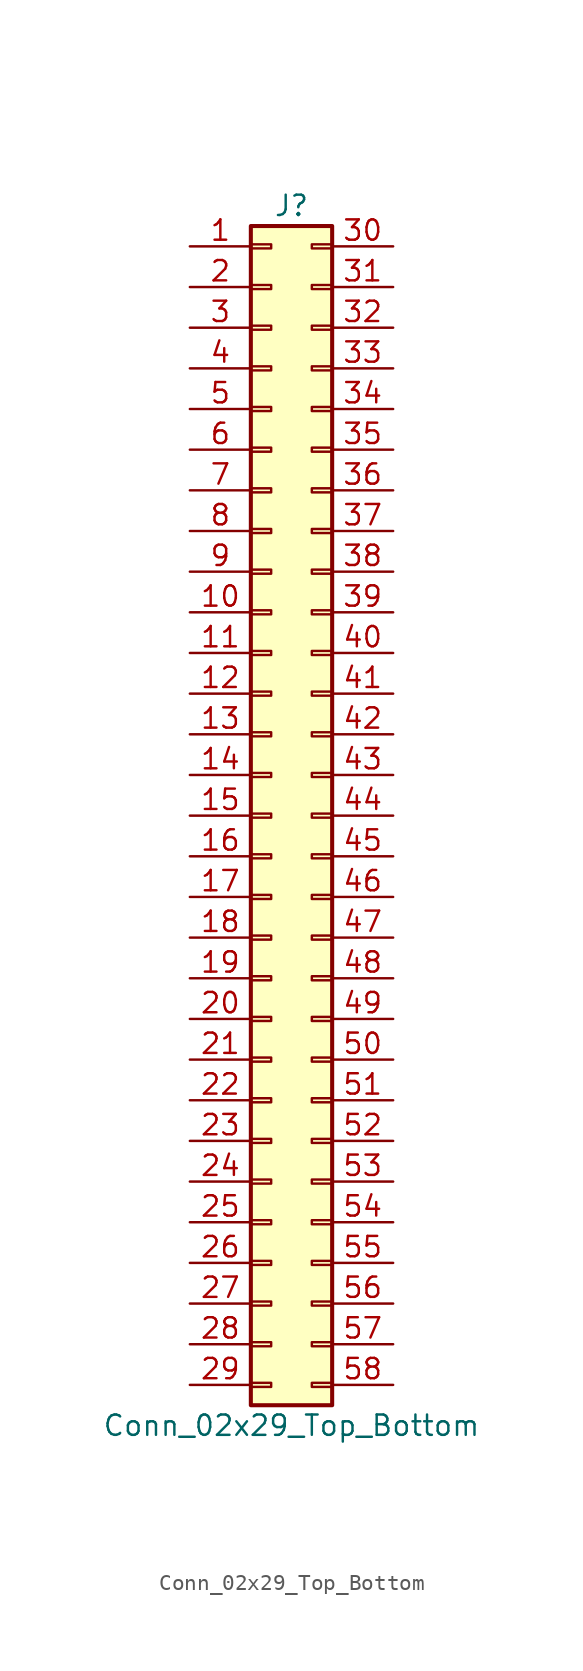
<source format=kicad_sym>
(kicad_symbol_lib
  (version 20220914)
  (generator kicad_symbol_editor)
  (symbol "Conn_02x29_Top_Bottom"
    (pin_names
      (offset 1.016) hide)
    (property "Reference" "J"
      (at 1.27 38.1 0)
      (effects (font (size 1.27 1.27))))
    (property "Value" "Conn_02x29_Top_Bottom"
      (at 1.27 -38.1 0)
      (effects (font (size 1.27 1.27))))
    (symbol "Conn_02x29_Top_Bottom_1_1"
      (rectangle (start -1.27 -35.433) (end 0 -35.687) (stroke (width 0.152) (type solid)) (fill (type none)))
      (rectangle (start -1.27 -32.893) (end 0 -33.147) (stroke (width 0.152) (type solid)) (fill (type none)))
      (rectangle (start -1.27 -30.353) (end 0 -30.607) (stroke (width 0.152) (type solid)) (fill (type none)))
      (rectangle (start -1.27 -27.813) (end 0 -28.067) (stroke (width 0.152) (type solid)) (fill (type none)))
      (rectangle (start -1.27 -25.273) (end 0 -25.527) (stroke (width 0.152) (type solid)) (fill (type none)))
      (rectangle (start -1.27 -22.733) (end 0 -22.987) (stroke (width 0.152) (type solid)) (fill (type none)))
      (rectangle (start -1.27 -20.193) (end 0 -20.447) (stroke (width 0.152) (type solid)) (fill (type none)))
      (rectangle (start -1.27 -17.653) (end 0 -17.907) (stroke (width 0.152) (type solid)) (fill (type none)))
      (rectangle (start -1.27 -15.113) (end 0 -15.367) (stroke (width 0.152) (type solid)) (fill (type none)))
      (rectangle (start -1.27 -12.573) (end 0 -12.827) (stroke (width 0.152) (type solid)) (fill (type none)))
      (rectangle (start -1.27 -10.033) (end 0 -10.287) (stroke (width 0.152) (type solid)) (fill (type none)))
      (rectangle (start -1.27 -7.493) (end 0 -7.747) (stroke (width 0.152) (type solid)) (fill (type none)))
      (rectangle (start -1.27 -4.953) (end 0 -5.207) (stroke (width 0.152) (type solid)) (fill (type none)))
      (rectangle (start -1.27 -2.413) (end 0 -2.667) (stroke (width 0.152) (type solid)) (fill (type none)))
      (rectangle (start -1.27 0.127) (end 0 -0.127) (stroke (width 0.152) (type solid)) (fill (type none)))
      (rectangle (start -1.27 2.667) (end 0 2.413) (stroke (width 0.152) (type solid)) (fill (type none)))
      (rectangle (start -1.27 5.207) (end 0 4.953) (stroke (width 0.152) (type solid)) (fill (type none)))
      (rectangle (start -1.27 7.747) (end 0 7.493) (stroke (width 0.152) (type solid)) (fill (type none)))
      (rectangle (start -1.27 10.287) (end 0 10.033) (stroke (width 0.152) (type solid)) (fill (type none)))
      (rectangle (start -1.27 12.827) (end 0 12.573) (stroke (width 0.152) (type solid)) (fill (type none)))
      (rectangle (start -1.27 15.367) (end 0 15.113) (stroke (width 0.152) (type solid)) (fill (type none)))
      (rectangle (start -1.27 17.907) (end 0 17.653) (stroke (width 0.152) (type solid)) (fill (type none)))
      (rectangle (start -1.27 20.447) (end 0 20.193) (stroke (width 0.152) (type solid)) (fill (type none)))
      (rectangle (start -1.27 22.987) (end 0 22.733) (stroke (width 0.152) (type solid)) (fill (type none)))
      (rectangle (start -1.27 25.527) (end 0 25.273) (stroke (width 0.152) (type solid)) (fill (type none)))
      (rectangle (start -1.27 28.067) (end 0 27.813) (stroke (width 0.152) (type solid)) (fill (type none)))
      (rectangle (start -1.27 30.607) (end 0 30.353) (stroke (width 0.152) (type solid)) (fill (type none)))
      (rectangle (start -1.27 33.147) (end 0 32.893) (stroke (width 0.152) (type solid)) (fill (type none)))
      (rectangle (start -1.27 35.687) (end 0 35.433) (stroke (width 0.152) (type solid)) (fill (type none)))
      (rectangle (start -1.27 36.83) (end 3.81 -36.83) (stroke (width 0.254) (type solid)) (fill (type background)))
      (rectangle (start 3.81 -35.433) (end 2.54 -35.687) (stroke (width 0.152) (type solid)) (fill (type none)))
      (rectangle (start 3.81 -32.893) (end 2.54 -33.147) (stroke (width 0.152) (type solid)) (fill (type none)))
      (rectangle (start 3.81 -30.353) (end 2.54 -30.607) (stroke (width 0.152) (type solid)) (fill (type none)))
      (rectangle (start 3.81 -27.813) (end 2.54 -28.067) (stroke (width 0.152) (type solid)) (fill (type none)))
      (rectangle (start 3.81 -25.273) (end 2.54 -25.527) (stroke (width 0.152) (type solid)) (fill (type none)))
      (rectangle (start 3.81 -22.733) (end 2.54 -22.987) (stroke (width 0.152) (type solid)) (fill (type none)))
      (rectangle (start 3.81 -20.193) (end 2.54 -20.447) (stroke (width 0.152) (type solid)) (fill (type none)))
      (rectangle (start 3.81 -17.653) (end 2.54 -17.907) (stroke (width 0.152) (type solid)) (fill (type none)))
      (rectangle (start 3.81 -15.113) (end 2.54 -15.367) (stroke (width 0.152) (type solid)) (fill (type none)))
      (rectangle (start 3.81 -12.573) (end 2.54 -12.827) (stroke (width 0.152) (type solid)) (fill (type none)))
      (rectangle (start 3.81 -10.033) (end 2.54 -10.287) (stroke (width 0.152) (type solid)) (fill (type none)))
      (rectangle (start 3.81 -7.493) (end 2.54 -7.747) (stroke (width 0.152) (type solid)) (fill (type none)))
      (rectangle (start 3.81 -4.953) (end 2.54 -5.207) (stroke (width 0.152) (type solid)) (fill (type none)))
      (rectangle (start 3.81 -2.413) (end 2.54 -2.667) (stroke (width 0.152) (type solid)) (fill (type none)))
      (rectangle (start 3.81 0.127) (end 2.54 -0.127) (stroke (width 0.152) (type solid)) (fill (type none)))
      (rectangle (start 3.81 2.667) (end 2.54 2.413) (stroke (width 0.152) (type solid)) (fill (type none)))
      (rectangle (start 3.81 5.207) (end 2.54 4.953) (stroke (width 0.152) (type solid)) (fill (type none)))
      (rectangle (start 3.81 7.747) (end 2.54 7.493) (stroke (width 0.152) (type solid)) (fill (type none)))
      (rectangle (start 3.81 10.287) (end 2.54 10.033) (stroke (width 0.152) (type solid)) (fill (type none)))
      (rectangle (start 3.81 12.827) (end 2.54 12.573) (stroke (width 0.152) (type solid)) (fill (type none)))
      (rectangle (start 3.81 15.367) (end 2.54 15.113) (stroke (width 0.152) (type solid)) (fill (type none)))
      (rectangle (start 3.81 17.907) (end 2.54 17.653) (stroke (width 0.152) (type solid)) (fill (type none)))
      (rectangle (start 3.81 20.447) (end 2.54 20.193) (stroke (width 0.152) (type solid)) (fill (type none)))
      (rectangle (start 3.81 22.987) (end 2.54 22.733) (stroke (width 0.152) (type solid)) (fill (type none)))
      (rectangle (start 3.81 25.527) (end 2.54 25.273) (stroke (width 0.152) (type solid)) (fill (type none)))
      (rectangle (start 3.81 28.067) (end 2.54 27.813) (stroke (width 0.152) (type solid)) (fill (type none)))
      (rectangle (start 3.81 30.607) (end 2.54 30.353) (stroke (width 0.152) (type solid)) (fill (type none)))
      (rectangle (start 3.81 33.147) (end 2.54 32.893) (stroke (width 0.152) (type solid)) (fill (type none)))
      (rectangle (start 3.81 35.687) (end 2.54 35.433) (stroke (width 0.152) (type solid)) (fill (type none)))
      (pin passive line (at -5.08 35.56 0) (length 3.81) (name "Pin_1" (effects (font (size 1.27 1.27)))) (number "1" (effects (font (size 1.27 1.27)))))
      (pin passive line (at -5.08 12.7 0) (length 3.81) (name "Pin_10" (effects (font (size 1.27 1.27)))) (number "10" (effects (font (size 1.27 1.27)))))
      (pin passive line (at -5.08 10.16 0) (length 3.81) (name "Pin_11" (effects (font (size 1.27 1.27)))) (number "11" (effects (font (size 1.27 1.27)))))
      (pin passive line (at -5.08 7.62 0) (length 3.81) (name "Pin_12" (effects (font (size 1.27 1.27)))) (number "12" (effects (font (size 1.27 1.27)))))
      (pin passive line (at -5.08 5.08 0) (length 3.81) (name "Pin_13" (effects (font (size 1.27 1.27)))) (number "13" (effects (font (size 1.27 1.27)))))
      (pin passive line (at -5.08 2.54 0) (length 3.81) (name "Pin_14" (effects (font (size 1.27 1.27)))) (number "14" (effects (font (size 1.27 1.27)))))
      (pin passive line (at -5.08 0 0) (length 3.81) (name "Pin_15" (effects (font (size 1.27 1.27)))) (number "15" (effects (font (size 1.27 1.27)))))
      (pin passive line (at -5.08 -2.54 0) (length 3.81) (name "Pin_16" (effects (font (size 1.27 1.27)))) (number "16" (effects (font (size 1.27 1.27)))))
      (pin passive line (at -5.08 -5.08 0) (length 3.81) (name "Pin_17" (effects (font (size 1.27 1.27)))) (number "17" (effects (font (size 1.27 1.27)))))
      (pin passive line (at -5.08 -7.62 0) (length 3.81) (name "Pin_18" (effects (font (size 1.27 1.27)))) (number "18" (effects (font (size 1.27 1.27)))))
      (pin passive line (at -5.08 -10.16 0) (length 3.81) (name "Pin_19" (effects (font (size 1.27 1.27)))) (number "19" (effects (font (size 1.27 1.27)))))
      (pin passive line (at -5.08 33.02 0) (length 3.81) (name "Pin_2" (effects (font (size 1.27 1.27)))) (number "2" (effects (font (size 1.27 1.27)))))
      (pin passive line (at -5.08 -12.7 0) (length 3.81) (name "Pin_20" (effects (font (size 1.27 1.27)))) (number "20" (effects (font (size 1.27 1.27)))))
      (pin passive line (at -5.08 -15.24 0) (length 3.81) (name "Pin_21" (effects (font (size 1.27 1.27)))) (number "21" (effects (font (size 1.27 1.27)))))
      (pin passive line (at -5.08 -17.78 0) (length 3.81) (name "Pin_22" (effects (font (size 1.27 1.27)))) (number "22" (effects (font (size 1.27 1.27)))))
      (pin passive line (at -5.08 -20.32 0) (length 3.81) (name "Pin_23" (effects (font (size 1.27 1.27)))) (number "23" (effects (font (size 1.27 1.27)))))
      (pin passive line (at -5.08 -22.86 0) (length 3.81) (name "Pin_24" (effects (font (size 1.27 1.27)))) (number "24" (effects (font (size 1.27 1.27)))))
      (pin passive line (at -5.08 -25.4 0) (length 3.81) (name "Pin_25" (effects (font (size 1.27 1.27)))) (number "25" (effects (font (size 1.27 1.27)))))
      (pin passive line (at -5.08 -27.94 0) (length 3.81) (name "Pin_26" (effects (font (size 1.27 1.27)))) (number "26" (effects (font (size 1.27 1.27)))))
      (pin passive line (at -5.08 -30.48 0) (length 3.81) (name "Pin_27" (effects (font (size 1.27 1.27)))) (number "27" (effects (font (size 1.27 1.27)))))
      (pin passive line (at -5.08 -33.02 0) (length 3.81) (name "Pin_28" (effects (font (size 1.27 1.27)))) (number "28" (effects (font (size 1.27 1.27)))))
      (pin passive line (at -5.08 -35.56 0) (length 3.81) (name "Pin_29" (effects (font (size 1.27 1.27)))) (number "29" (effects (font (size 1.27 1.27)))))
      (pin passive line (at -5.08 30.48 0) (length 3.81) (name "Pin_3" (effects (font (size 1.27 1.27)))) (number "3" (effects (font (size 1.27 1.27)))))
      (pin passive line (at 7.62 35.56 180) (length 3.81) (name "Pin_30" (effects (font (size 1.27 1.27)))) (number "30" (effects (font (size 1.27 1.27)))))
      (pin passive line (at 7.62 33.02 180) (length 3.81) (name "Pin_31" (effects (font (size 1.27 1.27)))) (number "31" (effects (font (size 1.27 1.27)))))
      (pin passive line (at 7.62 30.48 180) (length 3.81) (name "Pin_32" (effects (font (size 1.27 1.27)))) (number "32" (effects (font (size 1.27 1.27)))))
      (pin passive line (at 7.62 27.94 180) (length 3.81) (name "Pin_33" (effects (font (size 1.27 1.27)))) (number "33" (effects (font (size 1.27 1.27)))))
      (pin passive line (at 7.62 25.4 180) (length 3.81) (name "Pin_34" (effects (font (size 1.27 1.27)))) (number "34" (effects (font (size 1.27 1.27)))))
      (pin passive line (at 7.62 22.86 180) (length 3.81) (name "Pin_35" (effects (font (size 1.27 1.27)))) (number "35" (effects (font (size 1.27 1.27)))))
      (pin passive line (at 7.62 20.32 180) (length 3.81) (name "Pin_36" (effects (font (size 1.27 1.27)))) (number "36" (effects (font (size 1.27 1.27)))))
      (pin passive line (at 7.62 17.78 180) (length 3.81) (name "Pin_37" (effects (font (size 1.27 1.27)))) (number "37" (effects (font (size 1.27 1.27)))))
      (pin passive line (at 7.62 15.24 180) (length 3.81) (name "Pin_38" (effects (font (size 1.27 1.27)))) (number "38" (effects (font (size 1.27 1.27)))))
      (pin passive line (at 7.62 12.7 180) (length 3.81) (name "Pin_39" (effects (font (size 1.27 1.27)))) (number "39" (effects (font (size 1.27 1.27)))))
      (pin passive line (at -5.08 27.94 0) (length 3.81) (name "Pin_4" (effects (font (size 1.27 1.27)))) (number "4" (effects (font (size 1.27 1.27)))))
      (pin passive line (at 7.62 10.16 180) (length 3.81) (name "Pin_40" (effects (font (size 1.27 1.27)))) (number "40" (effects (font (size 1.27 1.27)))))
      (pin passive line (at 7.62 7.62 180) (length 3.81) (name "Pin_41" (effects (font (size 1.27 1.27)))) (number "41" (effects (font (size 1.27 1.27)))))
      (pin passive line (at 7.62 5.08 180) (length 3.81) (name "Pin_42" (effects (font (size 1.27 1.27)))) (number "42" (effects (font (size 1.27 1.27)))))
      (pin passive line (at 7.62 2.54 180) (length 3.81) (name "Pin_43" (effects (font (size 1.27 1.27)))) (number "43" (effects (font (size 1.27 1.27)))))
      (pin passive line (at 7.62 0 180) (length 3.81) (name "Pin_44" (effects (font (size 1.27 1.27)))) (number "44" (effects (font (size 1.27 1.27)))))
      (pin passive line (at 7.62 -2.54 180) (length 3.81) (name "Pin_45" (effects (font (size 1.27 1.27)))) (number "45" (effects (font (size 1.27 1.27)))))
      (pin passive line (at 7.62 -5.08 180) (length 3.81) (name "Pin_46" (effects (font (size 1.27 1.27)))) (number "46" (effects (font (size 1.27 1.27)))))
      (pin passive line (at 7.62 -7.62 180) (length 3.81) (name "Pin_47" (effects (font (size 1.27 1.27)))) (number "47" (effects (font (size 1.27 1.27)))))
      (pin passive line (at 7.62 -10.16 180) (length 3.81) (name "Pin_48" (effects (font (size 1.27 1.27)))) (number "48" (effects (font (size 1.27 1.27)))))
      (pin passive line (at 7.62 -12.7 180) (length 3.81) (name "Pin_49" (effects (font (size 1.27 1.27)))) (number "49" (effects (font (size 1.27 1.27)))))
      (pin passive line (at -5.08 25.4 0) (length 3.81) (name "Pin_5" (effects (font (size 1.27 1.27)))) (number "5" (effects (font (size 1.27 1.27)))))
      (pin passive line (at 7.62 -15.24 180) (length 3.81) (name "Pin_50" (effects (font (size 1.27 1.27)))) (number "50" (effects (font (size 1.27 1.27)))))
      (pin passive line (at 7.62 -17.78 180) (length 3.81) (name "Pin_51" (effects (font (size 1.27 1.27)))) (number "51" (effects (font (size 1.27 1.27)))))
      (pin passive line (at 7.62 -20.32 180) (length 3.81) (name "Pin_52" (effects (font (size 1.27 1.27)))) (number "52" (effects (font (size 1.27 1.27)))))
      (pin passive line (at 7.62 -22.86 180) (length 3.81) (name "Pin_53" (effects (font (size 1.27 1.27)))) (number "53" (effects (font (size 1.27 1.27)))))
      (pin passive line (at 7.62 -25.4 180) (length 3.81) (name "Pin_54" (effects (font (size 1.27 1.27)))) (number "54" (effects (font (size 1.27 1.27)))))
      (pin passive line (at 7.62 -27.94 180) (length 3.81) (name "Pin_55" (effects (font (size 1.27 1.27)))) (number "55" (effects (font (size 1.27 1.27)))))
      (pin passive line (at 7.62 -30.48 180) (length 3.81) (name "Pin_56" (effects (font (size 1.27 1.27)))) (number "56" (effects (font (size 1.27 1.27)))))
      (pin passive line (at 7.62 -33.02 180) (length 3.81) (name "Pin_57" (effects (font (size 1.27 1.27)))) (number "57" (effects (font (size 1.27 1.27)))))
      (pin passive line (at 7.62 -35.56 180) (length 3.81) (name "Pin_58" (effects (font (size 1.27 1.27)))) (number "58" (effects (font (size 1.27 1.27)))))
      (pin passive line (at -5.08 22.86 0) (length 3.81) (name "Pin_6" (effects (font (size 1.27 1.27)))) (number "6" (effects (font (size 1.27 1.27)))))
      (pin passive line (at -5.08 20.32 0) (length 3.81) (name "Pin_7" (effects (font (size 1.27 1.27)))) (number "7" (effects (font (size 1.27 1.27)))))
      (pin passive line (at -5.08 17.78 0) (length 3.81) (name "Pin_8" (effects (font (size 1.27 1.27)))) (number "8" (effects (font (size 1.27 1.27)))))
      (pin passive line (at -5.08 15.24 0) (length 3.81) (name "Pin_9" (effects (font (size 1.27 1.27)))) (number "9" (effects (font (size 1.27 1.27))))))))
</source>
